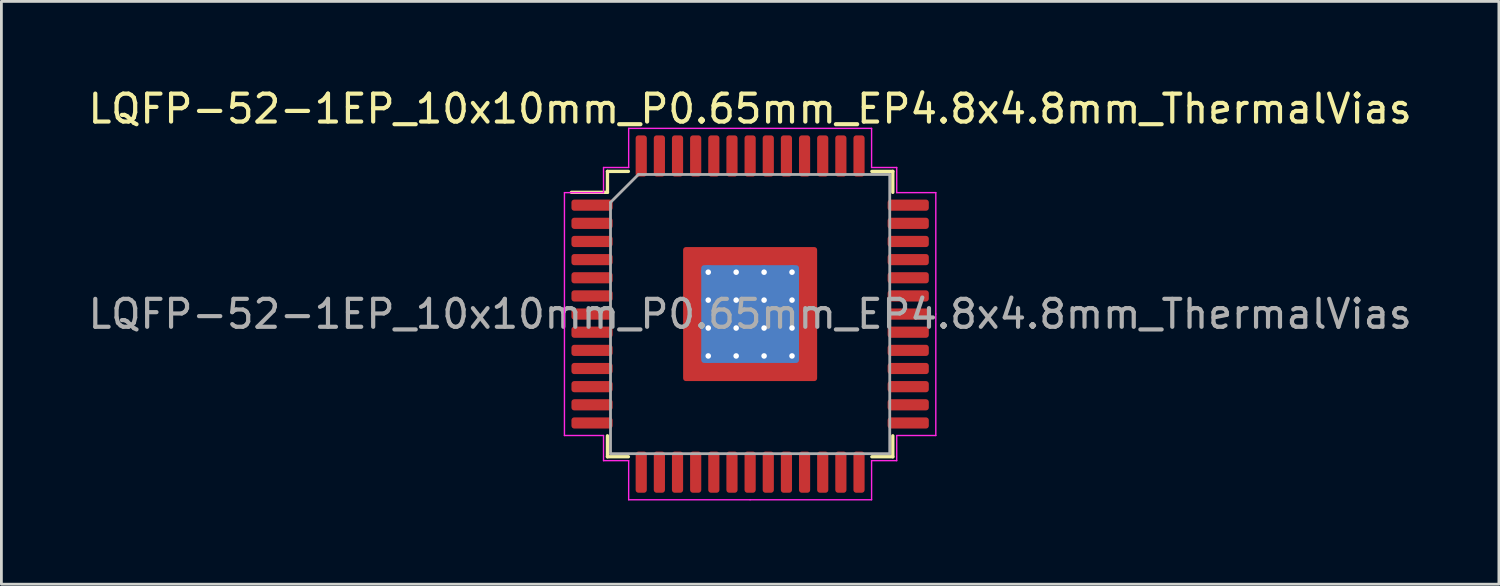
<source format=kicad_pcb>
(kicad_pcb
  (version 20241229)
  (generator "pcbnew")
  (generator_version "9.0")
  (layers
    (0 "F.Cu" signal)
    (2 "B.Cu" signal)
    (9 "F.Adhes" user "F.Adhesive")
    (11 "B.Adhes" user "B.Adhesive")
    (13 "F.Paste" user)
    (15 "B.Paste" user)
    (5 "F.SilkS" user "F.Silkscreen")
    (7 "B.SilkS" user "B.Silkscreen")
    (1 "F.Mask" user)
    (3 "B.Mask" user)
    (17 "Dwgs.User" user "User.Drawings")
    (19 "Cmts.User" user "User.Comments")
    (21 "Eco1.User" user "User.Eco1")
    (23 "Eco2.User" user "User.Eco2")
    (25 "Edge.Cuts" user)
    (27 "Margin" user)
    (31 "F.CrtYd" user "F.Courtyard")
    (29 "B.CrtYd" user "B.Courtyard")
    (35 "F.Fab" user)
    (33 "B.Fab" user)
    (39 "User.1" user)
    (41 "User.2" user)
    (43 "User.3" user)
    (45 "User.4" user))
  (footprint "LQFP-52-1EP_10x10mm_P0.65mm_EP4.8x4.8mm_ThermalVias"
    (layer "F.Cu")
    (at 23.815 8.198)
    (property "Reference" "LQFP-52-1EP_10x10mm_P0.65mm_EP4.8x4.8mm_ThermalVias" (at 0 -7.35 0) (layer "F.SilkS") (effects (font (size 1 1) (thickness 0.15))))
    (attr smd)
    (fp_line (start -5.11 -5.11) (end -5.11 -4.36) (stroke (width 0.12) (type solid)) (layer "F.SilkS"))
    (fp_line (start -5.11 -4.36) (end -6.4 -4.36) (stroke (width 0.12) (type solid)) (layer "F.SilkS"))
    (fp_line (start -5.11 5.11) (end -5.11 4.36) (stroke (width 0.12) (type solid)) (layer "F.SilkS"))
    (fp_line (start -4.36 -5.11) (end -5.11 -5.11) (stroke (width 0.12) (type solid)) (layer "F.SilkS"))
    (fp_line (start -4.36 5.11) (end -5.11 5.11) (stroke (width 0.12) (type solid)) (layer "F.SilkS"))
    (fp_line (start 4.36 -5.11) (end 5.11 -5.11) (stroke (width 0.12) (type solid)) (layer "F.SilkS"))
    (fp_line (start 4.36 5.11) (end 5.11 5.11) (stroke (width 0.12) (type solid)) (layer "F.SilkS"))
    (fp_line (start 5.11 -5.11) (end 5.11 -4.36) (stroke (width 0.12) (type solid)) (layer "F.SilkS"))
    (fp_line (start 5.11 5.11) (end 5.11 4.36) (stroke (width 0.12) (type solid)) (layer "F.SilkS"))
    (fp_line (start -6.65 -4.35) (end -6.65 0) (stroke (width 0.05) (type solid)) (layer "F.CrtYd"))
    (fp_line (start -6.65 4.35) (end -6.65 0) (stroke (width 0.05) (type solid)) (layer "F.CrtYd"))
    (fp_line (start -5.25 -5.25) (end -5.25 -4.35) (stroke (width 0.05) (type solid)) (layer "F.CrtYd"))
    (fp_line (start -5.25 -4.35) (end -6.65 -4.35) (stroke (width 0.05) (type solid)) (layer "F.CrtYd"))
    (fp_line (start -5.25 4.35) (end -6.65 4.35) (stroke (width 0.05) (type solid)) (layer "F.CrtYd"))
    (fp_line (start -5.25 5.25) (end -5.25 4.35) (stroke (width 0.05) (type solid)) (layer "F.CrtYd"))
    (fp_line (start -4.35 -6.65) (end -4.35 -5.25) (stroke (width 0.05) (type solid)) (layer "F.CrtYd"))
    (fp_line (start -4.35 -5.25) (end -5.25 -5.25) (stroke (width 0.05) (type solid)) (layer "F.CrtYd"))
    (fp_line (start -4.35 5.25) (end -5.25 5.25) (stroke (width 0.05) (type solid)) (layer "F.CrtYd"))
    (fp_line (start -4.35 6.65) (end -4.35 5.25) (stroke (width 0.05) (type solid)) (layer "F.CrtYd"))
    (fp_line (start 0 -6.65) (end -4.35 -6.65) (stroke (width 0.05) (type solid)) (layer "F.CrtYd"))
    (fp_line (start 0 -6.65) (end 4.35 -6.65) (stroke (width 0.05) (type solid)) (layer "F.CrtYd"))
    (fp_line (start 0 6.65) (end -4.35 6.65) (stroke (width 0.05) (type solid)) (layer "F.CrtYd"))
    (fp_line (start 0 6.65) (end 4.35 6.65) (stroke (width 0.05) (type solid)) (layer "F.CrtYd"))
    (fp_line (start 4.35 -6.65) (end 4.35 -5.25) (stroke (width 0.05) (type solid)) (layer "F.CrtYd"))
    (fp_line (start 4.35 -5.25) (end 5.25 -5.25) (stroke (width 0.05) (type solid)) (layer "F.CrtYd"))
    (fp_line (start 4.35 5.25) (end 5.25 5.25) (stroke (width 0.05) (type solid)) (layer "F.CrtYd"))
    (fp_line (start 4.35 6.65) (end 4.35 5.25) (stroke (width 0.05) (type solid)) (layer "F.CrtYd"))
    (fp_line (start 5.25 -5.25) (end 5.25 -4.35) (stroke (width 0.05) (type solid)) (layer "F.CrtYd"))
    (fp_line (start 5.25 -4.35) (end 6.65 -4.35) (stroke (width 0.05) (type solid)) (layer "F.CrtYd"))
    (fp_line (start 5.25 4.35) (end 6.65 4.35) (stroke (width 0.05) (type solid)) (layer "F.CrtYd"))
    (fp_line (start 5.25 5.25) (end 5.25 4.35) (stroke (width 0.05) (type solid)) (layer "F.CrtYd"))
    (fp_line (start 6.65 -4.35) (end 6.65 0) (stroke (width 0.05) (type solid)) (layer "F.CrtYd"))
    (fp_line (start 6.65 4.35) (end 6.65 0) (stroke (width 0.05) (type solid)) (layer "F.CrtYd"))
    (fp_line (start -5 -4) (end -4 -5) (stroke (width 0.1) (type solid)) (layer "F.Fab"))
    (fp_line (start -5 5) (end -5 -4) (stroke (width 0.1) (type solid)) (layer "F.Fab"))
    (fp_line (start -4 -5) (end 5 -5) (stroke (width 0.1) (type solid)) (layer "F.Fab"))
    (fp_line (start 5 -5) (end 5 5) (stroke (width 0.1) (type solid)) (layer "F.Fab"))
    (fp_line (start 5 5) (end -5 5) (stroke (width 0.1) (type solid)) (layer "F.Fab"))
    (fp_text user "${REFERENCE}" (at 0 0 0) (layer "F.Fab") (effects (font (size 1 1) (thickness 0.15))))
    (pad "" smd custom (at -1.95 -1.95) (size 0.649 0.649) (layers "F.Paste") (options (anchor circle)) (primitives (gr_poly (pts (xy -0.286 -0.286) (xy 0.286 -0.286) (xy 0.286 0.223) (xy 0.223 0.286) (xy -0.286 0.286)) (width 0.153) (fill yes))))
    (pad "" smd roundrect (at -1.95 -1) (size 0.726 0.806) (layers "F.Paste") (roundrect_rratio 0.25))
    (pad "" smd roundrect (at -1.95 0) (size 0.726 0.806) (layers "F.Paste") (roundrect_rratio 0.25))
    (pad "" smd roundrect (at -1.95 1) (size 0.726 0.806) (layers "F.Paste") (roundrect_rratio 0.25))
    (pad "" smd custom (at -1.95 1.95) (size 0.649 0.649) (layers "F.Paste") (options (anchor circle)) (primitives (gr_poly (pts (xy -0.286 -0.286) (xy 0.223 -0.286) (xy 0.286 -0.223) (xy 0.286 0.286) (xy -0.286 0.286)) (width 0.153) (fill yes))))
    (pad "" smd roundrect (at -1 -1.95) (size 0.806 0.726) (layers "F.Paste") (roundrect_rratio 0.25))
    (pad "" smd roundrect (at -1 -1) (size 0.806 0.806) (layers "F.Paste") (roundrect_rratio 0.25))
    (pad "" smd roundrect (at -1 0) (size 0.806 0.806) (layers "F.Paste") (roundrect_rratio 0.25))
    (pad "" smd roundrect (at -1 1) (size 0.806 0.806) (layers "F.Paste") (roundrect_rratio 0.25))
    (pad "" smd roundrect (at -1 1.95) (size 0.806 0.726) (layers "F.Paste") (roundrect_rratio 0.25))
    (pad "" smd roundrect (at 0 -1.95) (size 0.806 0.726) (layers "F.Paste") (roundrect_rratio 0.25))
    (pad "" smd roundrect (at 0 -1) (size 0.806 0.806) (layers "F.Paste") (roundrect_rratio 0.25))
    (pad "" smd roundrect (at 0 0) (size 0.806 0.806) (layers "F.Paste") (roundrect_rratio 0.25))
    (pad "" smd roundrect (at 0 1) (size 0.806 0.806) (layers "F.Paste") (roundrect_rratio 0.25))
    (pad "" smd roundrect (at 0 1.95) (size 0.806 0.726) (layers "F.Paste") (roundrect_rratio 0.25))
    (pad "" smd roundrect (at 1 -1.95) (size 0.806 0.726) (layers "F.Paste") (roundrect_rratio 0.25))
    (pad "" smd roundrect (at 1 -1) (size 0.806 0.806) (layers "F.Paste") (roundrect_rratio 0.25))
    (pad "" smd roundrect (at 1 0) (size 0.806 0.806) (layers "F.Paste") (roundrect_rratio 0.25))
    (pad "" smd roundrect (at 1 1) (size 0.806 0.806) (layers "F.Paste") (roundrect_rratio 0.25))
    (pad "" smd roundrect (at 1 1.95) (size 0.806 0.726) (layers "F.Paste") (roundrect_rratio 0.25))
    (pad "" smd custom (at 1.95 -1.95) (size 0.649 0.649) (layers "F.Paste") (options (anchor circle)) (primitives (gr_poly (pts (xy -0.286 -0.286) (xy 0.286 -0.286) (xy 0.286 0.286) (xy -0.223 0.286) (xy -0.286 0.223)) (width 0.153) (fill yes))))
    (pad "" smd roundrect (at 1.95 -1) (size 0.726 0.806) (layers "F.Paste") (roundrect_rratio 0.25))
    (pad "" smd roundrect (at 1.95 0) (size 0.726 0.806) (layers "F.Paste") (roundrect_rratio 0.25))
    (pad "" smd roundrect (at 1.95 1) (size 0.726 0.806) (layers "F.Paste") (roundrect_rratio 0.25))
    (pad "" smd custom (at 1.95 1.95) (size 0.649 0.649) (layers "F.Paste") (options (anchor circle)) (primitives (gr_poly (pts (xy -0.286 -0.223) (xy -0.223 -0.286) (xy 0.286 -0.286) (xy 0.286 0.286) (xy -0.286 0.286)) (width 0.153) (fill yes))))
    (pad "1" smd roundrect (at -5.662 -3.9) (size 1.475 0.4) (layers "F.Cu" "F.Mask" "F.Paste") (roundrect_rratio 0.25))
    (pad "2" smd roundrect (at -5.662 -3.25) (size 1.475 0.4) (layers "F.Cu" "F.Mask" "F.Paste") (roundrect_rratio 0.25))
    (pad "3" smd roundrect (at -5.662 -2.6) (size 1.475 0.4) (layers "F.Cu" "F.Mask" "F.Paste") (roundrect_rratio 0.25))
    (pad "4" smd roundrect (at -5.662 -1.95) (size 1.475 0.4) (layers "F.Cu" "F.Mask" "F.Paste") (roundrect_rratio 0.25))
    (pad "5" smd roundrect (at -5.662 -1.3) (size 1.475 0.4) (layers "F.Cu" "F.Mask" "F.Paste") (roundrect_rratio 0.25))
    (pad "6" smd roundrect (at -5.662 -0.65) (size 1.475 0.4) (layers "F.Cu" "F.Mask" "F.Paste") (roundrect_rratio 0.25))
    (pad "7" smd roundrect (at -5.662 0) (size 1.475 0.4) (layers "F.Cu" "F.Mask" "F.Paste") (roundrect_rratio 0.25))
    (pad "8" smd roundrect (at -5.662 0.65) (size 1.475 0.4) (layers "F.Cu" "F.Mask" "F.Paste") (roundrect_rratio 0.25))
    (pad "9" smd roundrect (at -5.662 1.3) (size 1.475 0.4) (layers "F.Cu" "F.Mask" "F.Paste") (roundrect_rratio 0.25))
    (pad "10" smd roundrect (at -5.662 1.95) (size 1.475 0.4) (layers "F.Cu" "F.Mask" "F.Paste") (roundrect_rratio 0.25))
    (pad "11" smd roundrect (at -5.662 2.6) (size 1.475 0.4) (layers "F.Cu" "F.Mask" "F.Paste") (roundrect_rratio 0.25))
    (pad "12" smd roundrect (at -5.662 3.25) (size 1.475 0.4) (layers "F.Cu" "F.Mask" "F.Paste") (roundrect_rratio 0.25))
    (pad "13" smd roundrect (at -5.662 3.9) (size 1.475 0.4) (layers "F.Cu" "F.Mask" "F.Paste") (roundrect_rratio 0.25))
    (pad "14" smd roundrect (at -3.9 5.662) (size 0.4 1.475) (layers "F.Cu" "F.Mask" "F.Paste") (roundrect_rratio 0.25))
    (pad "15" smd roundrect (at -3.25 5.662) (size 0.4 1.475) (layers "F.Cu" "F.Mask" "F.Paste") (roundrect_rratio 0.25))
    (pad "16" smd roundrect (at -2.6 5.662) (size 0.4 1.475) (layers "F.Cu" "F.Mask" "F.Paste") (roundrect_rratio 0.25))
    (pad "17" smd roundrect (at -1.95 5.662) (size 0.4 1.475) (layers "F.Cu" "F.Mask" "F.Paste") (roundrect_rratio 0.25))
    (pad "18" smd roundrect (at -1.3 5.662) (size 0.4 1.475) (layers "F.Cu" "F.Mask" "F.Paste") (roundrect_rratio 0.25))
    (pad "19" smd roundrect (at -0.65 5.662) (size 0.4 1.475) (layers "F.Cu" "F.Mask" "F.Paste") (roundrect_rratio 0.25))
    (pad "20" smd roundrect (at 0 5.662) (size 0.4 1.475) (layers "F.Cu" "F.Mask" "F.Paste") (roundrect_rratio 0.25))
    (pad "21" smd roundrect (at 0.65 5.662) (size 0.4 1.475) (layers "F.Cu" "F.Mask" "F.Paste") (roundrect_rratio 0.25))
    (pad "22" smd roundrect (at 1.3 5.662) (size 0.4 1.475) (layers "F.Cu" "F.Mask" "F.Paste") (roundrect_rratio 0.25))
    (pad "23" smd roundrect (at 1.95 5.662) (size 0.4 1.475) (layers "F.Cu" "F.Mask" "F.Paste") (roundrect_rratio 0.25))
    (pad "24" smd roundrect (at 2.6 5.662) (size 0.4 1.475) (layers "F.Cu" "F.Mask" "F.Paste") (roundrect_rratio 0.25))
    (pad "25" smd roundrect (at 3.25 5.662) (size 0.4 1.475) (layers "F.Cu" "F.Mask" "F.Paste") (roundrect_rratio 0.25))
    (pad "26" smd roundrect (at 3.9 5.662) (size 0.4 1.475) (layers "F.Cu" "F.Mask" "F.Paste") (roundrect_rratio 0.25))
    (pad "27" smd roundrect (at 5.662 3.9) (size 1.475 0.4) (layers "F.Cu" "F.Mask" "F.Paste") (roundrect_rratio 0.25))
    (pad "28" smd roundrect (at 5.662 3.25) (size 1.475 0.4) (layers "F.Cu" "F.Mask" "F.Paste") (roundrect_rratio 0.25))
    (pad "29" smd roundrect (at 5.662 2.6) (size 1.475 0.4) (layers "F.Cu" "F.Mask" "F.Paste") (roundrect_rratio 0.25))
    (pad "30" smd roundrect (at 5.662 1.95) (size 1.475 0.4) (layers "F.Cu" "F.Mask" "F.Paste") (roundrect_rratio 0.25))
    (pad "31" smd roundrect (at 5.662 1.3) (size 1.475 0.4) (layers "F.Cu" "F.Mask" "F.Paste") (roundrect_rratio 0.25))
    (pad "32" smd roundrect (at 5.662 0.65) (size 1.475 0.4) (layers "F.Cu" "F.Mask" "F.Paste") (roundrect_rratio 0.25))
    (pad "33" smd roundrect (at 5.662 0) (size 1.475 0.4) (layers "F.Cu" "F.Mask" "F.Paste") (roundrect_rratio 0.25))
    (pad "34" smd roundrect (at 5.662 -0.65) (size 1.475 0.4) (layers "F.Cu" "F.Mask" "F.Paste") (roundrect_rratio 0.25))
    (pad "35" smd roundrect (at 5.662 -1.3) (size 1.475 0.4) (layers "F.Cu" "F.Mask" "F.Paste") (roundrect_rratio 0.25))
    (pad "36" smd roundrect (at 5.662 -1.95) (size 1.475 0.4) (layers "F.Cu" "F.Mask" "F.Paste") (roundrect_rratio 0.25))
    (pad "37" smd roundrect (at 5.662 -2.6) (size 1.475 0.4) (layers "F.Cu" "F.Mask" "F.Paste") (roundrect_rratio 0.25))
    (pad "38" smd roundrect (at 5.662 -3.25) (size 1.475 0.4) (layers "F.Cu" "F.Mask" "F.Paste") (roundrect_rratio 0.25))
    (pad "39" smd roundrect (at 5.662 -3.9) (size 1.475 0.4) (layers "F.Cu" "F.Mask" "F.Paste") (roundrect_rratio 0.25))
    (pad "40" smd roundrect (at 3.9 -5.662) (size 0.4 1.475) (layers "F.Cu" "F.Mask" "F.Paste") (roundrect_rratio 0.25))
    (pad "41" smd roundrect (at 3.25 -5.662) (size 0.4 1.475) (layers "F.Cu" "F.Mask" "F.Paste") (roundrect_rratio 0.25))
    (pad "42" smd roundrect (at 2.6 -5.662) (size 0.4 1.475) (layers "F.Cu" "F.Mask" "F.Paste") (roundrect_rratio 0.25))
    (pad "43" smd roundrect (at 1.95 -5.662) (size 0.4 1.475) (layers "F.Cu" "F.Mask" "F.Paste") (roundrect_rratio 0.25))
    (pad "44" smd roundrect (at 1.3 -5.662) (size 0.4 1.475) (layers "F.Cu" "F.Mask" "F.Paste") (roundrect_rratio 0.25))
    (pad "45" smd roundrect (at 0.65 -5.662) (size 0.4 1.475) (layers "F.Cu" "F.Mask" "F.Paste") (roundrect_rratio 0.25))
    (pad "46" smd roundrect (at 0 -5.662) (size 0.4 1.475) (layers "F.Cu" "F.Mask" "F.Paste") (roundrect_rratio 0.25))
    (pad "47" smd roundrect (at -0.65 -5.662) (size 0.4 1.475) (layers "F.Cu" "F.Mask" "F.Paste") (roundrect_rratio 0.25))
    (pad "48" smd roundrect (at -1.3 -5.662) (size 0.4 1.475) (layers "F.Cu" "F.Mask" "F.Paste") (roundrect_rratio 0.25))
    (pad "49" smd roundrect (at -1.95 -5.662) (size 0.4 1.475) (layers "F.Cu" "F.Mask" "F.Paste") (roundrect_rratio 0.25))
    (pad "50" smd roundrect (at -2.6 -5.662) (size 0.4 1.475) (layers "F.Cu" "F.Mask" "F.Paste") (roundrect_rratio 0.25))
    (pad "51" smd roundrect (at -3.25 -5.662) (size 0.4 1.475) (layers "F.Cu" "F.Mask" "F.Paste") (roundrect_rratio 0.25))
    (pad "52" smd roundrect (at -3.9 -5.662) (size 0.4 1.475) (layers "F.Cu" "F.Mask" "F.Paste") (roundrect_rratio 0.25))
    (pad "53" thru_hole circle (at -1.5 -1.5) (size 0.5 0.5) (drill 0.2) (layers "*.Cu"))
    (pad "53" thru_hole circle (at -1.5 -0.5) (size 0.5 0.5) (drill 0.2) (layers "*.Cu"))
    (pad "53" thru_hole circle (at -1.5 0.5) (size 0.5 0.5) (drill 0.2) (layers "*.Cu"))
    (pad "53" thru_hole circle (at -1.5 1.5) (size 0.5 0.5) (drill 0.2) (layers "*.Cu"))
    (pad "53" thru_hole circle (at -0.5 -1.5) (size 0.5 0.5) (drill 0.2) (layers "*.Cu"))
    (pad "53" thru_hole circle (at -0.5 -0.5) (size 0.5 0.5) (drill 0.2) (layers "*.Cu"))
    (pad "53" thru_hole circle (at -0.5 0.5) (size 0.5 0.5) (drill 0.2) (layers "*.Cu"))
    (pad "53" thru_hole circle (at -0.5 1.5) (size 0.5 0.5) (drill 0.2) (layers "*.Cu"))
    (pad "53" smd roundrect (at 0 0) (size 3.5 3.5) (layers "B.Cu") (roundrect_rratio 0.029))
    (pad "53" smd roundrect (at 0 0) (size 4.8 4.8) (layers "F.Cu" "F.Mask") (roundrect_rratio 0.021))
    (pad "53" thru_hole circle (at 0.5 -1.5) (size 0.5 0.5) (drill 0.2) (layers "*.Cu"))
    (pad "53" thru_hole circle (at 0.5 -0.5) (size 0.5 0.5) (drill 0.2) (layers "*.Cu"))
    (pad "53" thru_hole circle (at 0.5 0.5) (size 0.5 0.5) (drill 0.2) (layers "*.Cu"))
    (pad "53" thru_hole circle (at 0.5 1.5) (size 0.5 0.5) (drill 0.2) (layers "*.Cu"))
    (pad "53" thru_hole circle (at 1.5 -1.5) (size 0.5 0.5) (drill 0.2) (layers "*.Cu"))
    (pad "53" thru_hole circle (at 1.5 -0.5) (size 0.5 0.5) (drill 0.2) (layers "*.Cu"))
    (pad "53" thru_hole circle (at 1.5 0.5) (size 0.5 0.5) (drill 0.2) (layers "*.Cu"))
    (pad "53" thru_hole circle (at 1.5 1.5) (size 0.5 0.5) (drill 0.2) (layers "*.Cu")))
  (gr_rect
    (start -3 -3)
    (end 50.631 17.873)
    (stroke (width 0.1) (type default))
    (fill no)
    (layer "Edge.Cuts")))
</source>
